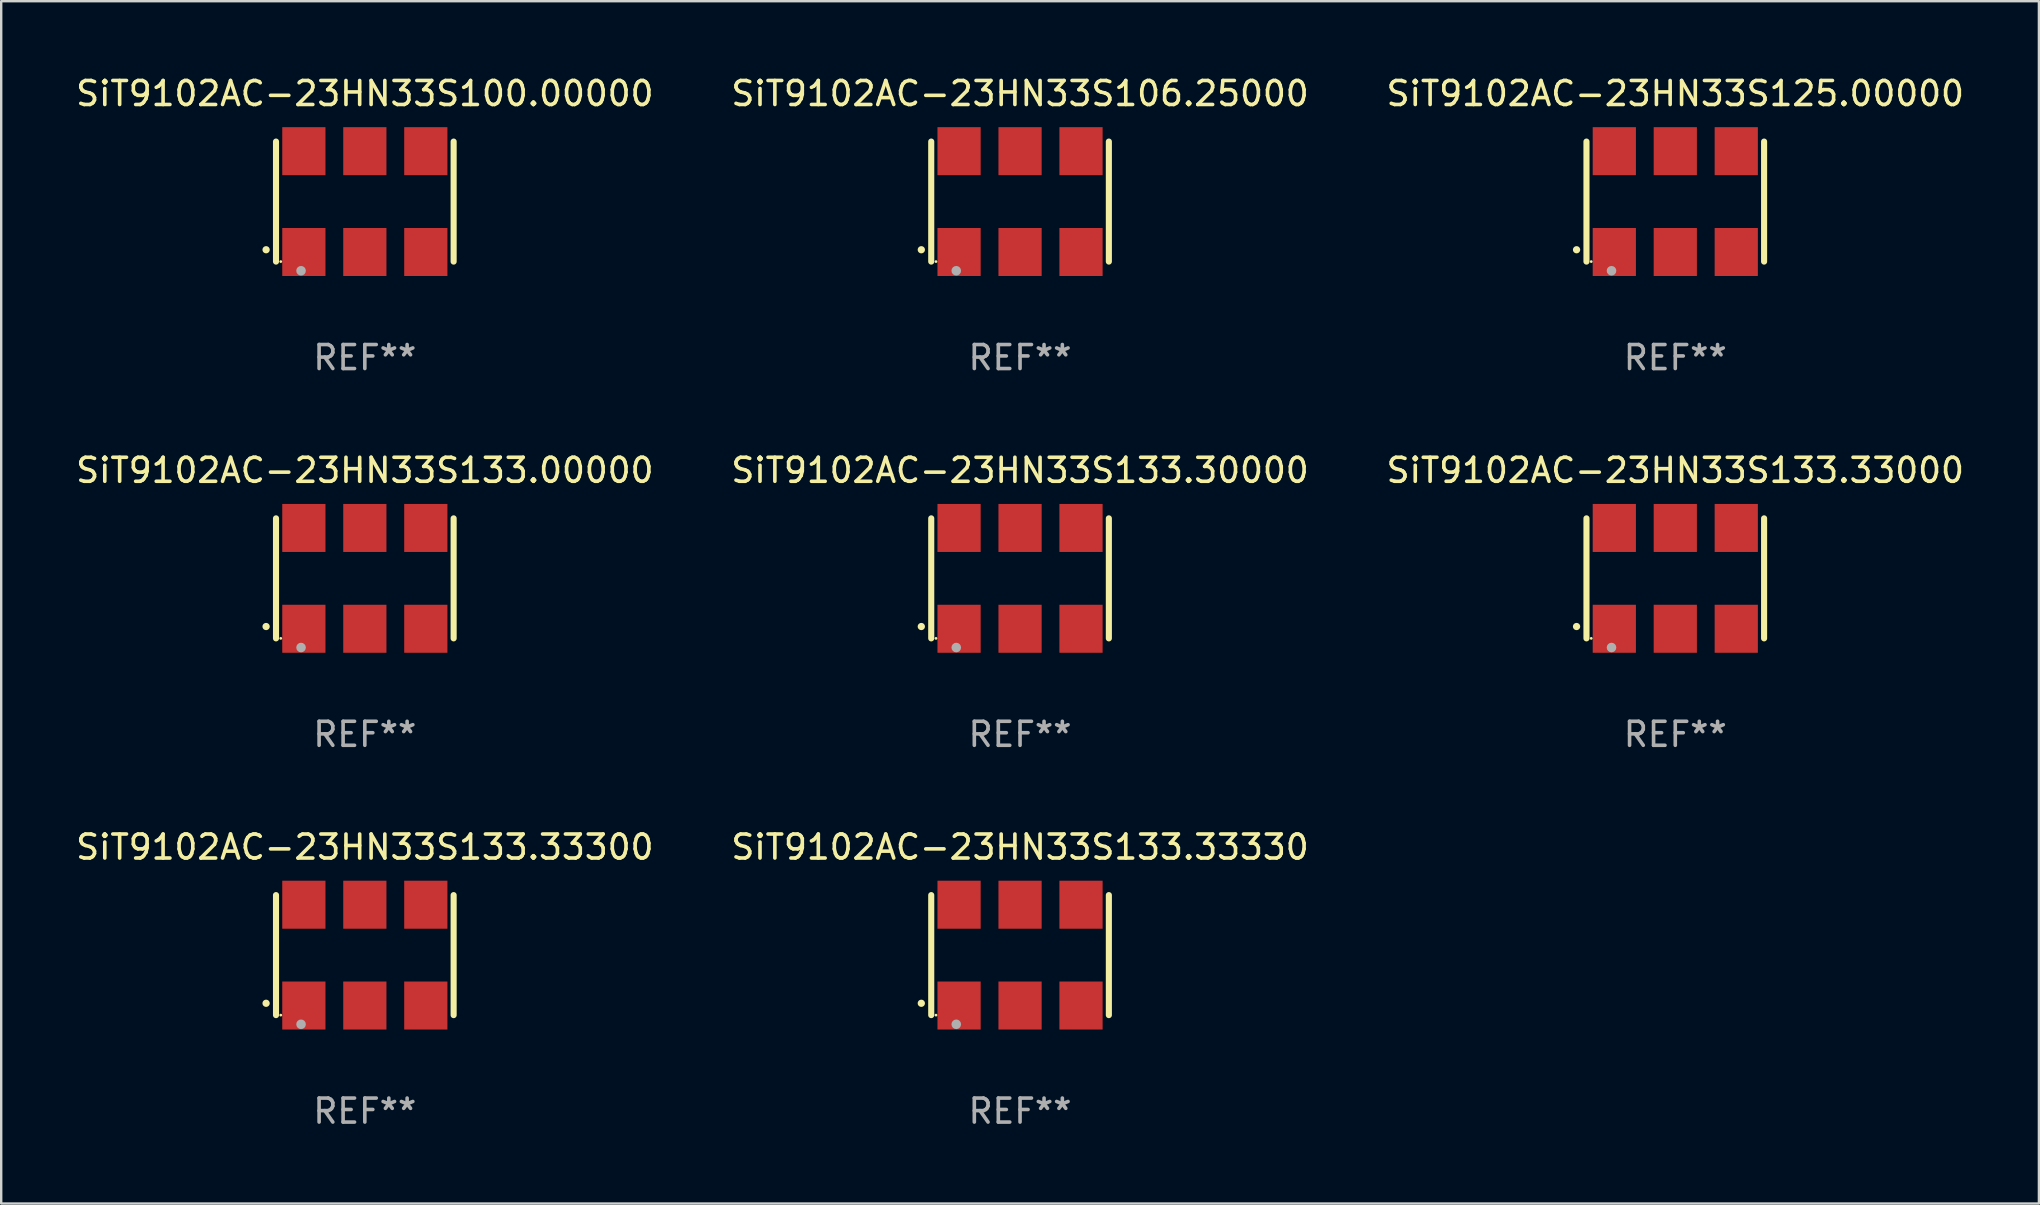
<source format=kicad_pcb>
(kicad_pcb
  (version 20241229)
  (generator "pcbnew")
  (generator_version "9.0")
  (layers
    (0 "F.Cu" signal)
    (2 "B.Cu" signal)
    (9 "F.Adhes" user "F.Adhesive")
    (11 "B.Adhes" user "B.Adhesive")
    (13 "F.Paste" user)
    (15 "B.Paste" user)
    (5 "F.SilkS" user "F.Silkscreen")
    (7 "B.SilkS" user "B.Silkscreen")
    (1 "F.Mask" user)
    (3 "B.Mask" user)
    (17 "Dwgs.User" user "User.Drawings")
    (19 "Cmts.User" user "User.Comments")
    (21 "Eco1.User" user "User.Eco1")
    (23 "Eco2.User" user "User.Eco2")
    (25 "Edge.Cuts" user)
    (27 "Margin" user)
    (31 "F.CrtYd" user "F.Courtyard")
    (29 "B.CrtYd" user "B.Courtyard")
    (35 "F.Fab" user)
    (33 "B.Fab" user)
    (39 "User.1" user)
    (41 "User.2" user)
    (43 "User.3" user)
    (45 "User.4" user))
  (footprint "SiT9102AC-23HN33S100.00000"
    (layer "F.Cu")
    (at 12.149 5.348)
    (property "Reference" "SiT9102AC-23HN33S100.00000" (at 0 -4.5 0) (layer "F.SilkS") (effects (font (size 1 1) (thickness 0.15))))
    (attr through_hole)
    (fp_line (start -3.7 -2.5) (end -3.7 2.5) (stroke (width 0.254) (type solid)) (layer "F.SilkS"))
    (fp_line (start 3.7 -2.5) (end 3.7 2.5) (stroke (width 0.254) (type solid)) (layer "F.SilkS"))
    (fp_arc (start -4.114415 2.006604) (mid -4.113145 2.006599) (end -4.111875 2.006604) (stroke (width 0.3) (type solid)) (layer "F.SilkS"))
    (fp_circle (center -3.502 2.5) (end -3.472 2.5) (stroke (width 0.06) (type solid)) (fill no) (layer "F.SilkS"))
    (fp_circle (center -2.657 2.882) (end -2.557 2.882) (stroke (width 0.2) (type solid)) (fill no) (layer "F.Fab"))
    (fp_text user "REF**" (at 0 6.5 0) (layer "F.Fab") (effects (font (size 1 1) (thickness 0.15))))
    (pad "1" smd rect (at -2.54 2.1) (size 1.8 2) (layers "F.Cu" "F.Mask" "F.Paste"))
    (pad "2" smd rect (at 0.000394 2.1) (size 1.8 2) (layers "F.Cu" "F.Mask" "F.Paste"))
    (pad "3" smd rect (at 2.54 2.1) (size 1.8 2) (layers "F.Cu" "F.Mask" "F.Paste"))
    (pad "4" smd rect (at 2.54 -2.1) (size 1.8 2) (layers "F.Cu" "F.Mask" "F.Paste"))
    (pad "5" smd rect (at 0.000394 -2.1) (size 1.8 2) (layers "F.Cu" "F.Mask" "F.Paste"))
    (pad "6" smd rect (at -2.54 -2.1) (size 1.8 2) (layers "F.Cu" "F.Mask" "F.Paste")))
  (footprint "SiT9102AC-23HN33S133.33330"
    (layer "F.Cu")
    (at 39.446 36.741)
    (property "Reference" "SiT9102AC-23HN33S133.33330" (at 0 -4.5 0) (layer "F.SilkS") (effects (font (size 1 1) (thickness 0.15))))
    (attr through_hole)
    (fp_line (start -3.7 -2.5) (end -3.7 2.5) (stroke (width 0.254) (type solid)) (layer "F.SilkS"))
    (fp_line (start 3.7 -2.5) (end 3.7 2.5) (stroke (width 0.254) (type solid)) (layer "F.SilkS"))
    (fp_arc (start -4.114415 2.006604) (mid -4.113145 2.006599) (end -4.111875 2.006604) (stroke (width 0.3) (type solid)) (layer "F.SilkS"))
    (fp_circle (center -3.502 2.5) (end -3.472 2.5) (stroke (width 0.06) (type solid)) (fill no) (layer "F.SilkS"))
    (fp_circle (center -2.657 2.882) (end -2.557 2.882) (stroke (width 0.2) (type solid)) (fill no) (layer "F.Fab"))
    (fp_text user "REF**" (at 0 6.5 0) (layer "F.Fab") (effects (font (size 1 1) (thickness 0.15))))
    (pad "1" smd rect (at -2.54 2.1) (size 1.8 2) (layers "F.Cu" "F.Mask" "F.Paste"))
    (pad "2" smd rect (at 0.000394 2.1) (size 1.8 2) (layers "F.Cu" "F.Mask" "F.Paste"))
    (pad "3" smd rect (at 2.54 2.1) (size 1.8 2) (layers "F.Cu" "F.Mask" "F.Paste"))
    (pad "4" smd rect (at 2.54 -2.1) (size 1.8 2) (layers "F.Cu" "F.Mask" "F.Paste"))
    (pad "5" smd rect (at 0.000394 -2.1) (size 1.8 2) (layers "F.Cu" "F.Mask" "F.Paste"))
    (pad "6" smd rect (at -2.54 -2.1) (size 1.8 2) (layers "F.Cu" "F.Mask" "F.Paste")))
  (footprint "SiT9102AC-23HN33S133.33300"
    (layer "F.Cu")
    (at 12.149 36.741)
    (property "Reference" "SiT9102AC-23HN33S133.33300" (at 0 -4.5 0) (layer "F.SilkS") (effects (font (size 1 1) (thickness 0.15))))
    (attr through_hole)
    (fp_line (start -3.7 -2.5) (end -3.7 2.5) (stroke (width 0.254) (type solid)) (layer "F.SilkS"))
    (fp_line (start 3.7 -2.5) (end 3.7 2.5) (stroke (width 0.254) (type solid)) (layer "F.SilkS"))
    (fp_arc (start -4.114415 2.006604) (mid -4.113145 2.006599) (end -4.111875 2.006604) (stroke (width 0.3) (type solid)) (layer "F.SilkS"))
    (fp_circle (center -3.502 2.5) (end -3.472 2.5) (stroke (width 0.06) (type solid)) (fill no) (layer "F.SilkS"))
    (fp_circle (center -2.657 2.882) (end -2.557 2.882) (stroke (width 0.2) (type solid)) (fill no) (layer "F.Fab"))
    (fp_text user "REF**" (at 0 6.5 0) (layer "F.Fab") (effects (font (size 1 1) (thickness 0.15))))
    (pad "1" smd rect (at -2.54 2.1) (size 1.8 2) (layers "F.Cu" "F.Mask" "F.Paste"))
    (pad "2" smd rect (at 0.000394 2.1) (size 1.8 2) (layers "F.Cu" "F.Mask" "F.Paste"))
    (pad "3" smd rect (at 2.54 2.1) (size 1.8 2) (layers "F.Cu" "F.Mask" "F.Paste"))
    (pad "4" smd rect (at 2.54 -2.1) (size 1.8 2) (layers "F.Cu" "F.Mask" "F.Paste"))
    (pad "5" smd rect (at 0.000394 -2.1) (size 1.8 2) (layers "F.Cu" "F.Mask" "F.Paste"))
    (pad "6" smd rect (at -2.54 -2.1) (size 1.8 2) (layers "F.Cu" "F.Mask" "F.Paste")))
  (footprint "SiT9102AC-23HN33S133.33000"
    (layer "F.Cu")
    (at 66.744 21.045)
    (property "Reference" "SiT9102AC-23HN33S133.33000" (at 0 -4.5 0) (layer "F.SilkS") (effects (font (size 1 1) (thickness 0.15))))
    (attr through_hole)
    (fp_line (start -3.7 -2.5) (end -3.7 2.5) (stroke (width 0.254) (type solid)) (layer "F.SilkS"))
    (fp_line (start 3.7 -2.5) (end 3.7 2.5) (stroke (width 0.254) (type solid)) (layer "F.SilkS"))
    (fp_arc (start -4.114415 2.006604) (mid -4.113145 2.006599) (end -4.111875 2.006604) (stroke (width 0.3) (type solid)) (layer "F.SilkS"))
    (fp_circle (center -3.502 2.5) (end -3.472 2.5) (stroke (width 0.06) (type solid)) (fill no) (layer "F.SilkS"))
    (fp_circle (center -2.657 2.882) (end -2.557 2.882) (stroke (width 0.2) (type solid)) (fill no) (layer "F.Fab"))
    (fp_text user "REF**" (at 0 6.5 0) (layer "F.Fab") (effects (font (size 1 1) (thickness 0.15))))
    (pad "1" smd rect (at -2.54 2.1) (size 1.8 2) (layers "F.Cu" "F.Mask" "F.Paste"))
    (pad "2" smd rect (at 0.000394 2.1) (size 1.8 2) (layers "F.Cu" "F.Mask" "F.Paste"))
    (pad "3" smd rect (at 2.54 2.1) (size 1.8 2) (layers "F.Cu" "F.Mask" "F.Paste"))
    (pad "4" smd rect (at 2.54 -2.1) (size 1.8 2) (layers "F.Cu" "F.Mask" "F.Paste"))
    (pad "5" smd rect (at 0.000394 -2.1) (size 1.8 2) (layers "F.Cu" "F.Mask" "F.Paste"))
    (pad "6" smd rect (at -2.54 -2.1) (size 1.8 2) (layers "F.Cu" "F.Mask" "F.Paste")))
  (footprint "SiT9102AC-23HN33S125.00000"
    (layer "F.Cu")
    (at 66.744 5.348)
    (property "Reference" "SiT9102AC-23HN33S125.00000" (at 0 -4.5 0) (layer "F.SilkS") (effects (font (size 1 1) (thickness 0.15))))
    (attr through_hole)
    (fp_line (start -3.7 -2.5) (end -3.7 2.5) (stroke (width 0.254) (type solid)) (layer "F.SilkS"))
    (fp_line (start 3.7 -2.5) (end 3.7 2.5) (stroke (width 0.254) (type solid)) (layer "F.SilkS"))
    (fp_arc (start -4.114415 2.006604) (mid -4.113145 2.006599) (end -4.111875 2.006604) (stroke (width 0.3) (type solid)) (layer "F.SilkS"))
    (fp_circle (center -3.502 2.5) (end -3.472 2.5) (stroke (width 0.06) (type solid)) (fill no) (layer "F.SilkS"))
    (fp_circle (center -2.657 2.882) (end -2.557 2.882) (stroke (width 0.2) (type solid)) (fill no) (layer "F.Fab"))
    (fp_text user "REF**" (at 0 6.5 0) (layer "F.Fab") (effects (font (size 1 1) (thickness 0.15))))
    (pad "1" smd rect (at -2.54 2.1) (size 1.8 2) (layers "F.Cu" "F.Mask" "F.Paste"))
    (pad "2" smd rect (at 0.000394 2.1) (size 1.8 2) (layers "F.Cu" "F.Mask" "F.Paste"))
    (pad "3" smd rect (at 2.54 2.1) (size 1.8 2) (layers "F.Cu" "F.Mask" "F.Paste"))
    (pad "4" smd rect (at 2.54 -2.1) (size 1.8 2) (layers "F.Cu" "F.Mask" "F.Paste"))
    (pad "5" smd rect (at 0.000394 -2.1) (size 1.8 2) (layers "F.Cu" "F.Mask" "F.Paste"))
    (pad "6" smd rect (at -2.54 -2.1) (size 1.8 2) (layers "F.Cu" "F.Mask" "F.Paste")))
  (footprint "SiT9102AC-23HN33S106.25000"
    (layer "F.Cu")
    (at 39.446 5.348)
    (property "Reference" "SiT9102AC-23HN33S106.25000" (at 0 -4.5 0) (layer "F.SilkS") (effects (font (size 1 1) (thickness 0.15))))
    (attr through_hole)
    (fp_line (start -3.7 -2.5) (end -3.7 2.5) (stroke (width 0.254) (type solid)) (layer "F.SilkS"))
    (fp_line (start 3.7 -2.5) (end 3.7 2.5) (stroke (width 0.254) (type solid)) (layer "F.SilkS"))
    (fp_arc (start -4.114415 2.006604) (mid -4.113145 2.006599) (end -4.111875 2.006604) (stroke (width 0.3) (type solid)) (layer "F.SilkS"))
    (fp_circle (center -3.502 2.5) (end -3.472 2.5) (stroke (width 0.06) (type solid)) (fill no) (layer "F.SilkS"))
    (fp_circle (center -2.657 2.882) (end -2.557 2.882) (stroke (width 0.2) (type solid)) (fill no) (layer "F.Fab"))
    (fp_text user "REF**" (at 0 6.5 0) (layer "F.Fab") (effects (font (size 1 1) (thickness 0.15))))
    (pad "1" smd rect (at -2.54 2.1) (size 1.8 2) (layers "F.Cu" "F.Mask" "F.Paste"))
    (pad "2" smd rect (at 0.000394 2.1) (size 1.8 2) (layers "F.Cu" "F.Mask" "F.Paste"))
    (pad "3" smd rect (at 2.54 2.1) (size 1.8 2) (layers "F.Cu" "F.Mask" "F.Paste"))
    (pad "4" smd rect (at 2.54 -2.1) (size 1.8 2) (layers "F.Cu" "F.Mask" "F.Paste"))
    (pad "5" smd rect (at 0.000394 -2.1) (size 1.8 2) (layers "F.Cu" "F.Mask" "F.Paste"))
    (pad "6" smd rect (at -2.54 -2.1) (size 1.8 2) (layers "F.Cu" "F.Mask" "F.Paste")))
  (footprint "SiT9102AC-23HN33S133.00000"
    (layer "F.Cu")
    (at 12.149 21.045)
    (property "Reference" "SiT9102AC-23HN33S133.00000" (at 0 -4.5 0) (layer "F.SilkS") (effects (font (size 1 1) (thickness 0.15))))
    (attr through_hole)
    (fp_line (start -3.7 -2.5) (end -3.7 2.5) (stroke (width 0.254) (type solid)) (layer "F.SilkS"))
    (fp_line (start 3.7 -2.5) (end 3.7 2.5) (stroke (width 0.254) (type solid)) (layer "F.SilkS"))
    (fp_arc (start -4.114415 2.006604) (mid -4.113145 2.006599) (end -4.111875 2.006604) (stroke (width 0.3) (type solid)) (layer "F.SilkS"))
    (fp_circle (center -3.502 2.5) (end -3.472 2.5) (stroke (width 0.06) (type solid)) (fill no) (layer "F.SilkS"))
    (fp_circle (center -2.657 2.882) (end -2.557 2.882) (stroke (width 0.2) (type solid)) (fill no) (layer "F.Fab"))
    (fp_text user "REF**" (at 0 6.5 0) (layer "F.Fab") (effects (font (size 1 1) (thickness 0.15))))
    (pad "1" smd rect (at -2.54 2.1) (size 1.8 2) (layers "F.Cu" "F.Mask" "F.Paste"))
    (pad "2" smd rect (at 0.000394 2.1) (size 1.8 2) (layers "F.Cu" "F.Mask" "F.Paste"))
    (pad "3" smd rect (at 2.54 2.1) (size 1.8 2) (layers "F.Cu" "F.Mask" "F.Paste"))
    (pad "4" smd rect (at 2.54 -2.1) (size 1.8 2) (layers "F.Cu" "F.Mask" "F.Paste"))
    (pad "5" smd rect (at 0.000394 -2.1) (size 1.8 2) (layers "F.Cu" "F.Mask" "F.Paste"))
    (pad "6" smd rect (at -2.54 -2.1) (size 1.8 2) (layers "F.Cu" "F.Mask" "F.Paste")))
  (footprint "SiT9102AC-23HN33S133.30000"
    (layer "F.Cu")
    (at 39.446 21.045)
    (property "Reference" "SiT9102AC-23HN33S133.30000" (at 0 -4.5 0) (layer "F.SilkS") (effects (font (size 1 1) (thickness 0.15))))
    (attr through_hole)
    (fp_line (start -3.7 -2.5) (end -3.7 2.5) (stroke (width 0.254) (type solid)) (layer "F.SilkS"))
    (fp_line (start 3.7 -2.5) (end 3.7 2.5) (stroke (width 0.254) (type solid)) (layer "F.SilkS"))
    (fp_arc (start -4.114415 2.006604) (mid -4.113145 2.006599) (end -4.111875 2.006604) (stroke (width 0.3) (type solid)) (layer "F.SilkS"))
    (fp_circle (center -3.502 2.5) (end -3.472 2.5) (stroke (width 0.06) (type solid)) (fill no) (layer "F.SilkS"))
    (fp_circle (center -2.657 2.882) (end -2.557 2.882) (stroke (width 0.2) (type solid)) (fill no) (layer "F.Fab"))
    (fp_text user "REF**" (at 0 6.5 0) (layer "F.Fab") (effects (font (size 1 1) (thickness 0.15))))
    (pad "1" smd rect (at -2.54 2.1) (size 1.8 2) (layers "F.Cu" "F.Mask" "F.Paste"))
    (pad "2" smd rect (at 0.000394 2.1) (size 1.8 2) (layers "F.Cu" "F.Mask" "F.Paste"))
    (pad "3" smd rect (at 2.54 2.1) (size 1.8 2) (layers "F.Cu" "F.Mask" "F.Paste"))
    (pad "4" smd rect (at 2.54 -2.1) (size 1.8 2) (layers "F.Cu" "F.Mask" "F.Paste"))
    (pad "5" smd rect (at 0.000394 -2.1) (size 1.8 2) (layers "F.Cu" "F.Mask" "F.Paste"))
    (pad "6" smd rect (at -2.54 -2.1) (size 1.8 2) (layers "F.Cu" "F.Mask" "F.Paste")))
  (gr_rect
    (start -3 -3)
    (end 81.893 47.09)
    (stroke (width 0.1) (type default))
    (fill no)
    (layer "Edge.Cuts")))
</source>
